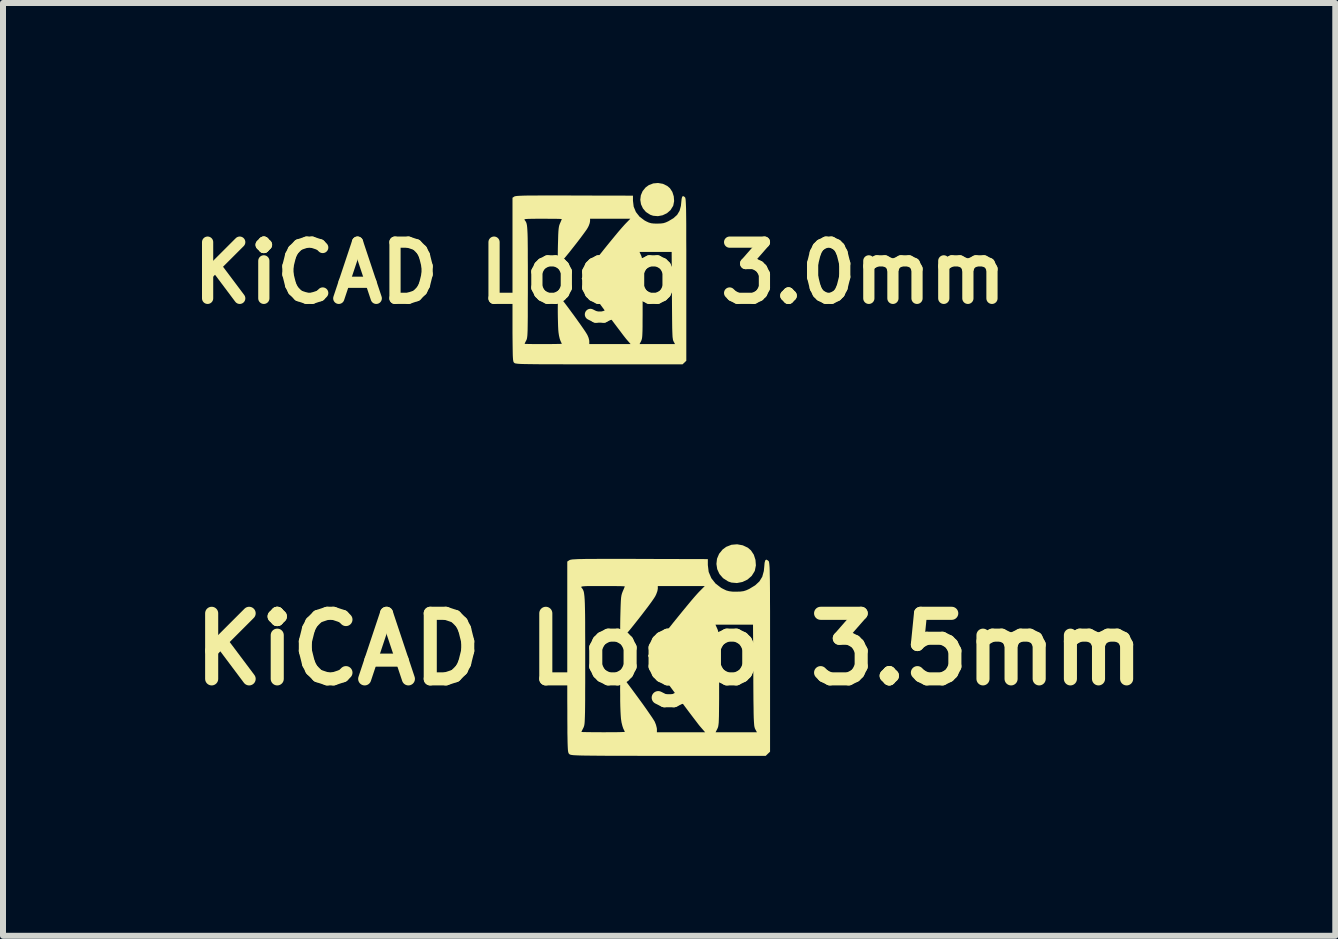
<source format=kicad_pcb>
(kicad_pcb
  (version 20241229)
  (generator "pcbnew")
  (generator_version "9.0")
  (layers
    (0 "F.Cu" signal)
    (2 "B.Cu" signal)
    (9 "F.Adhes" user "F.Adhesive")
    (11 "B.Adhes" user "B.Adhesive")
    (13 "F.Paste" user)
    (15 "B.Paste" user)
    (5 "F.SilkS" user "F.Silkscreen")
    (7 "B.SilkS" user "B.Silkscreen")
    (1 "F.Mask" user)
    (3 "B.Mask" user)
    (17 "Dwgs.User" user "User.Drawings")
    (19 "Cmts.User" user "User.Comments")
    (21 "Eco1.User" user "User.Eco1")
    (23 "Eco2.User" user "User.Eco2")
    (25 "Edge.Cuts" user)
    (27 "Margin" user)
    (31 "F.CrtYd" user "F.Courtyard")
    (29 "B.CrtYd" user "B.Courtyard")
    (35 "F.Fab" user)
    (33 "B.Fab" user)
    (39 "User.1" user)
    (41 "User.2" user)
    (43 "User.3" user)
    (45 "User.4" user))
  (footprint "KiCAD Logo 3.5mm"
    (layer "F.Cu")
    (at 8.103 7.771)
    (property "Reference" "KiCAD Logo 3.5mm" (at 0 0 180) (layer "F.SilkS") (effects (font (size 1.093 1.093) (thickness 0.218))))
    (attr board_only exclude_from_pos_files exclude_from_bom)
    (fp_poly (pts (xy 1.227 -1.732) (xy 1.312 -1.692) (xy 1.363 -1.648) (xy 1.411 -1.576) (xy 1.439 -1.489) (xy 1.446 -1.397) (xy 1.429 -1.311) (xy 1.425 -1.301) (xy 1.376 -1.222) (xy 1.306 -1.161) (xy 1.222 -1.121) (xy 1.13 -1.103) (xy 1.038 -1.111) (xy 0.983 -1.13) (xy 0.899 -1.184) (xy 0.838 -1.254) (xy 0.801 -1.335) (xy 0.788 -1.422) (xy 0.798 -1.509) (xy 0.833 -1.591) (xy 0.892 -1.663) (xy 0.952 -1.707) (xy 1.039 -1.741) (xy 1.133 -1.749)) (stroke (width 0) (type solid)) (fill yes) (layer "F.SilkS"))
    (fp_poly (pts (xy -0.823 -1.506) (xy -0.62 -1.506) (xy -0.491 -1.505) (xy 0.645 -1.502) (xy 0.645 -1.403) (xy 0.659 -1.288) (xy 0.703 -1.184) (xy 0.773 -1.095) (xy 0.868 -1.022) (xy 0.9 -1.005) (xy 0.952 -0.98) (xy 0.999 -0.967) (xy 1.054 -0.96) (xy 1.116 -0.959) (xy 1.187 -0.961) (xy 1.24 -0.968) (xy 1.287 -0.983) (xy 1.335 -1.005) (xy 1.434 -1.065) (xy 1.505 -1.131) (xy 1.552 -1.208) (xy 1.578 -1.303) (xy 1.585 -1.372) (xy 1.591 -1.441) (xy 1.602 -1.481) (xy 1.618 -1.494) (xy 1.641 -1.483) (xy 1.658 -1.469) (xy 1.662 -1.462) (xy 1.665 -1.451) (xy 1.668 -1.431) (xy 1.671 -1.403) (xy 1.674 -1.364) (xy 1.676 -1.312) (xy 1.677 -1.246) (xy 1.679 -1.164) (xy 1.68 -1.063) (xy 1.681 -0.943) (xy 1.681 -0.8) (xy 1.682 -0.635) (xy 1.682 -0.444) (xy 1.682 -0.226) (xy 1.682 0.021) (xy 1.682 0.132) (xy 1.682 1.708) (xy 1.646 1.742) (xy 1.61 1.777) (xy -0.013 1.777) (xy -0.274 1.777) (xy -0.506 1.777) (xy -0.71 1.776) (xy -0.887 1.776) (xy -1.041 1.776) (xy -1.172 1.775) (xy -1.283 1.774) (xy -1.376 1.773) (xy -1.451 1.772) (xy -1.511 1.77) (xy -1.558 1.768) (xy -1.594 1.766) (xy -1.62 1.763) (xy -1.638 1.76) (xy -1.65 1.756) (xy -1.659 1.752) (xy -1.665 1.747) (xy -1.667 1.745) (xy -1.672 1.74) (xy -1.676 1.732) (xy -1.68 1.722) (xy -1.684 1.705) (xy -1.687 1.682) (xy -1.689 1.65) (xy -1.691 1.607) (xy -1.693 1.551) (xy -1.694 1.48) (xy -1.696 1.394) (xy -1.696 1.289) (xy -1.697 1.164) (xy -1.697 1.017) (xy -1.698 0.846) (xy -1.698 0.649) (xy -1.698 0.426) (xy -1.698 0.173) (xy -1.698 0.126) (xy -1.698 -1.034) (xy -1.465 -1.034) (xy -1.46 -1.026) (xy -1.448 -1.011) (xy -1.438 -0.996) (xy -1.43 -0.978) (xy -1.422 -0.955) (xy -1.417 -0.923) (xy -1.412 -0.882) (xy -1.408 -0.829) (xy -1.405 -0.762) (xy -1.403 -0.677) (xy -1.401 -0.574) (xy -1.4 -0.449) (xy -1.4 -0.301) (xy -1.399 -0.127) (xy -1.399 0.076) (xy -1.399 0.17) (xy -1.399 0.381) (xy -1.399 0.563) (xy -1.4 0.718) (xy -1.4 0.848) (xy -1.401 0.956) (xy -1.402 1.044) (xy -1.404 1.115) (xy -1.406 1.17) (xy -1.408 1.213) (xy -1.411 1.245) (xy -1.415 1.269) (xy -1.42 1.287) (xy -1.425 1.301) (xy -1.431 1.313) (xy -1.45 1.351) (xy -1.461 1.375) (xy -1.462 1.379) (xy -1.447 1.38) (xy -1.405 1.381) (xy -1.34 1.382) (xy -1.257 1.383) (xy -1.161 1.383) (xy -1.101 1.384) (xy -0.998 1.383) (xy -0.906 1.383) (xy -0.831 1.382) (xy -0.775 1.38) (xy -0.744 1.379) (xy -0.739 1.378) (xy -0.745 1.362) (xy -0.761 1.329) (xy -0.765 1.321) (xy -0.779 1.279) (xy -0.794 1.219) (xy -0.803 1.158) (xy -0.807 1.106) (xy -0.811 1.035) (xy -0.814 0.951) (xy -0.816 0.859) (xy -0.816 0.764) (xy -0.817 0.672) (xy -0.816 0.588) (xy -0.814 0.517) (xy -0.811 0.465) (xy -0.807 0.438) (xy -0.806 0.435) (xy -0.794 0.445) (xy -0.766 0.477) (xy -0.726 0.527) (xy -0.677 0.592) (xy -0.62 0.668) (xy -0.559 0.751) (xy -0.496 0.837) (xy -0.434 0.922) (xy -0.376 1.004) (xy -0.325 1.078) (xy -0.283 1.139) (xy -0.253 1.186) (xy -0.24 1.208) (xy -0.219 1.261) (xy -0.206 1.313) (xy -0.204 1.331) (xy -0.204 1.384) (xy 0.198 1.384) (xy 0.6 1.384) (xy 0.514 1.285) (xy 0.492 1.258) (xy 0.454 1.208) (xy 0.402 1.14) (xy 0.339 1.057) (xy 0.268 0.962) (xy 0.191 0.858) (xy 0.111 0.75) (xy 0.03 0.64) (xy -0.05 0.532) (xy -0.126 0.428) (xy -0.195 0.334) (xy -0.254 0.251) (xy -0.302 0.184) (xy -0.336 0.136) (xy -0.352 0.112) (xy -0.345 0.097) (xy -0.32 0.06) (xy -0.28 0.005) (xy -0.228 -0.065) (xy -0.165 -0.147) (xy -0.093 -0.238) (xy -0.017 -0.336) (xy 0.042 -0.409) (xy 0.772 -0.409) (xy 0.802 -0.342) (xy 0.809 -0.325) (xy 0.815 -0.306) (xy 0.82 -0.283) (xy 0.824 -0.251) (xy 0.827 -0.209) (xy 0.829 -0.154) (xy 0.83 -0.082) (xy 0.832 0.008) (xy 0.832 0.121) (xy 0.833 0.258) (xy 0.833 0.423) (xy 0.833 0.496) (xy 0.833 0.672) (xy 0.833 0.82) (xy 0.832 0.942) (xy 0.831 1.04) (xy 0.83 1.119) (xy 0.828 1.18) (xy 0.826 1.226) (xy 0.822 1.26) (xy 0.818 1.286) (xy 0.813 1.304) (xy 0.806 1.32) (xy 0.804 1.325) (xy 0.774 1.384) (xy 1.118 1.384) (xy 1.463 1.384) (xy 1.435 1.332) (xy 1.429 1.319) (xy 1.424 1.302) (xy 1.419 1.279) (xy 1.416 1.246) (xy 1.413 1.202) (xy 1.41 1.143) (xy 1.408 1.067) (xy 1.407 0.972) (xy 1.405 0.855) (xy 1.404 0.713) (xy 1.403 0.543) (xy 1.403 0.436) (xy 1.398 -0.409) (xy 1.085 -0.409) (xy 0.772 -0.409) (xy 0.042 -0.409) (xy 0.063 -0.436) (xy 0.144 -0.536) (xy 0.222 -0.632) (xy 0.297 -0.723) (xy 0.365 -0.805) (xy 0.424 -0.874) (xy 0.472 -0.928) (xy 0.497 -0.955) (xy 0.594 -1.053) (xy 0.203 -1.053) (xy -0.189 -1.053) (xy -0.189 -1.008) (xy -0.196 -0.969) (xy -0.215 -0.917) (xy -0.232 -0.882) (xy -0.254 -0.847) (xy -0.29 -0.795) (xy -0.338 -0.729) (xy -0.394 -0.655) (xy -0.456 -0.574) (xy -0.521 -0.491) (xy -0.586 -0.409) (xy -0.647 -0.333) (xy -0.703 -0.266) (xy -0.75 -0.211) (xy -0.785 -0.173) (xy -0.805 -0.154) (xy -0.808 -0.153) (xy -0.812 -0.171) (xy -0.814 -0.216) (xy -0.816 -0.284) (xy -0.816 -0.37) (xy -0.815 -0.472) (xy -0.814 -0.525) (xy -0.811 -0.644) (xy -0.808 -0.736) (xy -0.805 -0.805) (xy -0.801 -0.858) (xy -0.795 -0.897) (xy -0.787 -0.928) (xy -0.777 -0.955) (xy -0.773 -0.965) (xy -0.754 -1.009) (xy -0.742 -1.039) (xy -0.739 -1.048) (xy -0.754 -1.049) (xy -0.796 -1.051) (xy -0.861 -1.052) (xy -0.944 -1.053) (xy -1.042 -1.053) (xy -1.111 -1.053) (xy -1.228 -1.053) (xy -1.317 -1.053) (xy -1.382 -1.052) (xy -1.426 -1.049) (xy -1.452 -1.046) (xy -1.464 -1.041) (xy -1.465 -1.034) (xy -1.698 -1.034) (xy -1.698 -1.461) (xy -1.662 -1.485) (xy -1.652 -1.489) (xy -1.635 -1.493) (xy -1.609 -1.497) (xy -1.572 -1.499) (xy -1.522 -1.502) (xy -1.456 -1.503) (xy -1.373 -1.505) (xy -1.27 -1.505) (xy -1.145 -1.506) (xy -0.997 -1.506)) (stroke (width 0) (type solid)) (fill yes) (layer "F.SilkS")))
  (footprint "KiCAD Logo 3.0mm"
    (layer "F.Cu")
    (at 6.947 1.499)
    (property "Reference" "KiCAD Logo 3.0mm" (at 0 0 180) (layer "F.SilkS") (effects (font (size 0.937 0.937) (thickness 0.187))))
    (attr board_only exclude_from_pos_files exclude_from_bom)
    (fp_poly (pts (xy 1.052 -1.485) (xy 1.124 -1.45) (xy 1.168 -1.413) (xy 1.209 -1.351) (xy 1.233 -1.276) (xy 1.239 -1.197) (xy 1.225 -1.124) (xy 1.221 -1.115) (xy 1.179 -1.047) (xy 1.119 -0.995) (xy 1.047 -0.961) (xy 0.969 -0.946) (xy 0.889 -0.953) (xy 0.842 -0.969) (xy 0.77 -1.015) (xy 0.719 -1.075) (xy 0.687 -1.144) (xy 0.675 -1.219) (xy 0.684 -1.293) (xy 0.714 -1.364) (xy 0.765 -1.426) (xy 0.816 -1.463) (xy 0.891 -1.492) (xy 0.971 -1.499)) (stroke (width 0) (type solid)) (fill yes) (layer "F.SilkS"))
    (fp_poly (pts (xy -0.705 -1.291) (xy -0.532 -1.291) (xy -0.421 -1.29) (xy 0.553 -1.288) (xy 0.553 -1.203) (xy 0.565 -1.104) (xy 0.602 -1.015) (xy 0.662 -0.938) (xy 0.744 -0.876) (xy 0.771 -0.861) (xy 0.816 -0.84) (xy 0.857 -0.828) (xy 0.903 -0.823) (xy 0.957 -0.822) (xy 1.018 -0.824) (xy 1.063 -0.83) (xy 1.103 -0.843) (xy 1.144 -0.862) (xy 1.229 -0.913) (xy 1.29 -0.969) (xy 1.33 -1.036) (xy 1.352 -1.117) (xy 1.358 -1.176) (xy 1.364 -1.235) (xy 1.373 -1.269) (xy 1.387 -1.281) (xy 1.407 -1.272) (xy 1.421 -1.259) (xy 1.424 -1.254) (xy 1.427 -1.243) (xy 1.43 -1.227) (xy 1.432 -1.203) (xy 1.434 -1.169) (xy 1.436 -1.125) (xy 1.438 -1.068) (xy 1.439 -0.997) (xy 1.44 -0.911) (xy 1.441 -0.808) (xy 1.441 -0.686) (xy 1.441 -0.544) (xy 1.442 -0.381) (xy 1.442 -0.194) (xy 1.442 0.018) (xy 1.442 0.113) (xy 1.442 1.464) (xy 1.411 1.494) (xy 1.38 1.523) (xy -0.011 1.523) (xy -0.235 1.523) (xy -0.433 1.523) (xy -0.608 1.523) (xy -0.761 1.522) (xy -0.892 1.522) (xy -1.005 1.522) (xy -1.1 1.521) (xy -1.179 1.52) (xy -1.244 1.519) (xy -1.295 1.518) (xy -1.336 1.516) (xy -1.366 1.514) (xy -1.388 1.511) (xy -1.404 1.509) (xy -1.415 1.505) (xy -1.422 1.502) (xy -1.427 1.497) (xy -1.428 1.496) (xy -1.433 1.491) (xy -1.437 1.485) (xy -1.44 1.476) (xy -1.443 1.462) (xy -1.446 1.442) (xy -1.448 1.414) (xy -1.45 1.377) (xy -1.451 1.329) (xy -1.452 1.269) (xy -1.453 1.195) (xy -1.454 1.105) (xy -1.455 0.997) (xy -1.455 0.871) (xy -1.455 0.725) (xy -1.455 0.557) (xy -1.455 0.365) (xy -1.455 0.148) (xy -1.455 0.108) (xy -1.455 -0.887) (xy -1.256 -0.887) (xy -1.251 -0.879) (xy -1.241 -0.867) (xy -1.233 -0.854) (xy -1.225 -0.838) (xy -1.219 -0.818) (xy -1.214 -0.792) (xy -1.21 -0.756) (xy -1.207 -0.711) (xy -1.204 -0.653) (xy -1.202 -0.581) (xy -1.201 -0.492) (xy -1.2 -0.385) (xy -1.2 -0.258) (xy -1.199 -0.109) (xy -1.199 0.065) (xy -1.199 0.146) (xy -1.199 0.327) (xy -1.2 0.482) (xy -1.2 0.615) (xy -1.2 0.727) (xy -1.201 0.819) (xy -1.202 0.895) (xy -1.203 0.956) (xy -1.205 1.003) (xy -1.207 1.04) (xy -1.21 1.067) (xy -1.213 1.088) (xy -1.217 1.103) (xy -1.221 1.115) (xy -1.226 1.125) (xy -1.243 1.158) (xy -1.252 1.179) (xy -1.253 1.182) (xy -1.24 1.183) (xy -1.204 1.184) (xy -1.149 1.185) (xy -1.078 1.186) (xy -0.995 1.186) (xy -0.943 1.186) (xy -0.855 1.186) (xy -0.777 1.185) (xy -0.712 1.184) (xy -0.664 1.183) (xy -0.638 1.182) (xy -0.633 1.181) (xy -0.639 1.167) (xy -0.652 1.139) (xy -0.655 1.133) (xy -0.668 1.096) (xy -0.68 1.045) (xy -0.688 0.992) (xy -0.692 0.948) (xy -0.695 0.887) (xy -0.697 0.815) (xy -0.699 0.736) (xy -0.7 0.655) (xy -0.7 0.576) (xy -0.699 0.504) (xy -0.698 0.443) (xy -0.695 0.399) (xy -0.692 0.375) (xy -0.691 0.373) (xy -0.68 0.381) (xy -0.657 0.409) (xy -0.623 0.452) (xy -0.58 0.508) (xy -0.531 0.573) (xy -0.479 0.644) (xy -0.425 0.717) (xy -0.372 0.791) (xy -0.322 0.861) (xy -0.278 0.924) (xy -0.242 0.977) (xy -0.217 1.017) (xy -0.206 1.036) (xy -0.187 1.081) (xy -0.176 1.126) (xy -0.175 1.141) (xy -0.175 1.186) (xy 0.17 1.186) (xy 0.514 1.186) (xy 0.441 1.102) (xy 0.422 1.078) (xy 0.389 1.036) (xy 0.345 0.977) (xy 0.291 0.906) (xy 0.23 0.825) (xy 0.164 0.736) (xy 0.095 0.643) (xy 0.025 0.548) (xy -0.043 0.456) (xy -0.108 0.367) (xy -0.167 0.286) (xy -0.218 0.216) (xy -0.259 0.158) (xy -0.288 0.117) (xy -0.302 0.096) (xy -0.296 0.083) (xy -0.275 0.051) (xy -0.24 0.004) (xy -0.195 -0.056) (xy -0.141 -0.126) (xy -0.08 -0.204) (xy -0.014 -0.288) (xy 0.036 -0.35) (xy 0.662 -0.35) (xy 0.688 -0.293) (xy 0.694 -0.279) (xy 0.699 -0.263) (xy 0.703 -0.242) (xy 0.706 -0.215) (xy 0.708 -0.179) (xy 0.71 -0.132) (xy 0.712 -0.071) (xy 0.713 0.007) (xy 0.713 0.104) (xy 0.714 0.221) (xy 0.714 0.362) (xy 0.714 0.425) (xy 0.714 0.576) (xy 0.714 0.703) (xy 0.713 0.807) (xy 0.713 0.892) (xy 0.712 0.959) (xy 0.71 1.011) (xy 0.708 1.051) (xy 0.705 1.08) (xy 0.701 1.102) (xy 0.696 1.118) (xy 0.691 1.131) (xy 0.689 1.136) (xy 0.663 1.186) (xy 0.959 1.186) (xy 1.254 1.186) (xy 1.23 1.142) (xy 1.225 1.131) (xy 1.22 1.116) (xy 1.217 1.096) (xy 1.213 1.068) (xy 1.211 1.03) (xy 1.209 0.98) (xy 1.207 0.915) (xy 1.206 0.833) (xy 1.205 0.733) (xy 1.204 0.611) (xy 1.203 0.466) (xy 1.202 0.374) (xy 1.198 -0.35) (xy 0.93 -0.35) (xy 0.662 -0.35) (xy 0.036 -0.35) (xy 0.054 -0.373) (xy 0.123 -0.459) (xy 0.191 -0.542) (xy 0.255 -0.62) (xy 0.313 -0.69) (xy 0.364 -0.749) (xy 0.405 -0.795) (xy 0.426 -0.818) (xy 0.509 -0.903) (xy 0.174 -0.903) (xy -0.162 -0.903) (xy -0.162 -0.864) (xy -0.168 -0.83) (xy -0.184 -0.786) (xy -0.199 -0.756) (xy -0.217 -0.726) (xy -0.249 -0.681) (xy -0.29 -0.625) (xy -0.338 -0.561) (xy -0.391 -0.492) (xy -0.447 -0.421) (xy -0.502 -0.351) (xy -0.555 -0.286) (xy -0.603 -0.228) (xy -0.643 -0.181) (xy -0.672 -0.148) (xy -0.69 -0.132) (xy -0.693 -0.132) (xy -0.696 -0.147) (xy -0.698 -0.185) (xy -0.699 -0.243) (xy -0.7 -0.317) (xy -0.699 -0.404) (xy -0.698 -0.45) (xy -0.695 -0.552) (xy -0.693 -0.631) (xy -0.69 -0.69) (xy -0.686 -0.735) (xy -0.681 -0.769) (xy -0.675 -0.795) (xy -0.666 -0.819) (xy -0.662 -0.828) (xy -0.646 -0.865) (xy -0.636 -0.891) (xy -0.633 -0.898) (xy -0.646 -0.899) (xy -0.682 -0.901) (xy -0.738 -0.902) (xy -0.809 -0.902) (xy -0.893 -0.903) (xy -0.952 -0.903) (xy -1.053 -0.903) (xy -1.129 -0.902) (xy -1.185 -0.901) (xy -1.222 -0.899) (xy -1.245 -0.897) (xy -1.255 -0.892) (xy -1.256 -0.887) (xy -1.455 -0.887) (xy -1.455 -1.253) (xy -1.425 -1.273) (xy -1.416 -1.277) (xy -1.401 -1.28) (xy -1.379 -1.283) (xy -1.347 -1.285) (xy -1.304 -1.287) (xy -1.248 -1.289) (xy -1.177 -1.29) (xy -1.089 -1.29) (xy -0.982 -1.291) (xy -0.855 -1.291)) (stroke (width 0) (type solid)) (fill yes) (layer "F.SilkS")))
  (gr_rect
    (start -3 -3)
    (end 19.206 12.547)
    (stroke (width 0.1) (type default))
    (fill no)
    (layer "Edge.Cuts")))
</source>
